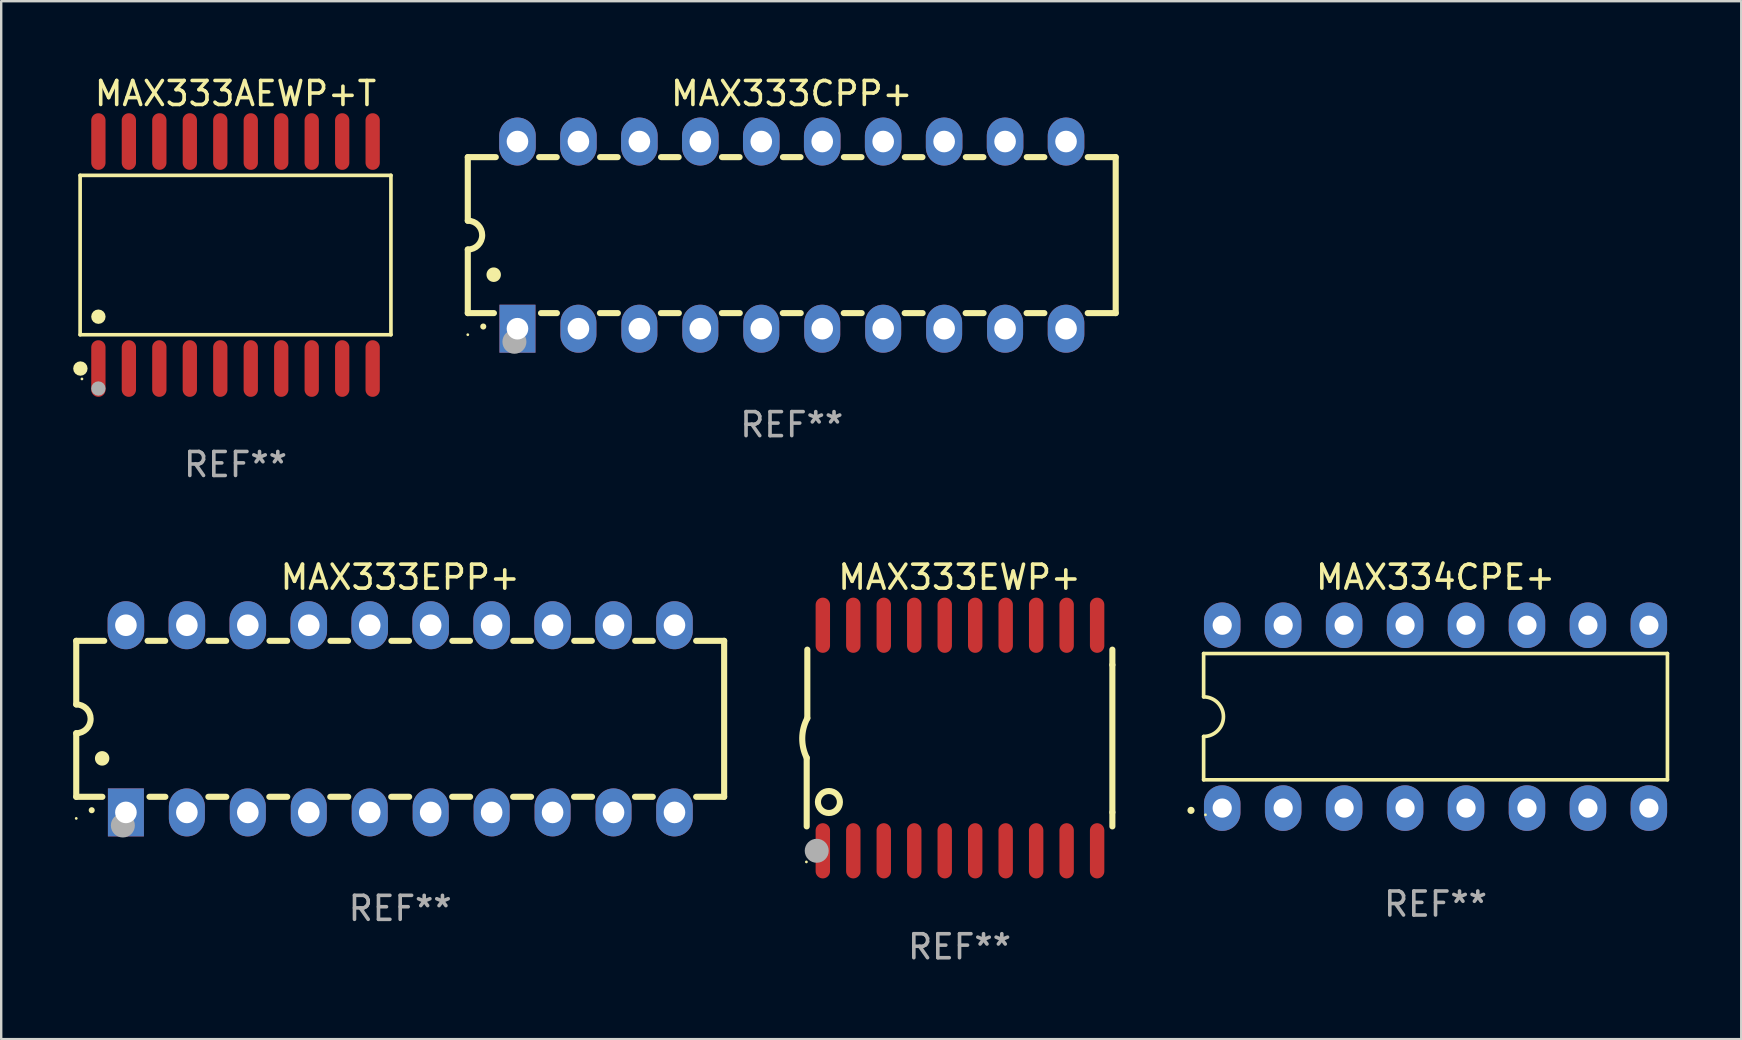
<source format=kicad_pcb>
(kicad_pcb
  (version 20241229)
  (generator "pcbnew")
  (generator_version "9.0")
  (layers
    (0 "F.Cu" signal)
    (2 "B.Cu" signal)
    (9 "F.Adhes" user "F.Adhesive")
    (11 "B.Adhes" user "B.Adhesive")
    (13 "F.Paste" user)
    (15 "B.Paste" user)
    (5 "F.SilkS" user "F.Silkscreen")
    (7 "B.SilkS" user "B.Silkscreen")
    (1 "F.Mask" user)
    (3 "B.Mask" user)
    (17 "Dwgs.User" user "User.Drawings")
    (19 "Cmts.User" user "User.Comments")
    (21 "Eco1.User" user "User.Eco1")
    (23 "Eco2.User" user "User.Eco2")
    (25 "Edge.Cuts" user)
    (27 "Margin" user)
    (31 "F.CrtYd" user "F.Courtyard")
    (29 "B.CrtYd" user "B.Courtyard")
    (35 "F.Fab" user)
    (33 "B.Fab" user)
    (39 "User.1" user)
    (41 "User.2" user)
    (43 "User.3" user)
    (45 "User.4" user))
  (footprint "MAX333EPP+"
    (layer "F.Cu")
    (at 13.627 26.905)
    (property "Reference" "MAX333EPP+" (at 0 -5.9 0) (layer "F.SilkS") (effects (font (size 1 1) (thickness 0.15))))
    (attr through_hole)
    (fp_line (start -13.5 -3.25) (end -12.333 -3.25) (stroke (width 0.254) (type solid)) (layer "F.SilkS"))
    (fp_line (start -13.5 -0.6) (end -13.5 -3.25) (stroke (width 0.254) (type solid)) (layer "F.SilkS"))
    (fp_line (start -13.5 3.25) (end -13.5 0.6) (stroke (width 0.254) (type solid)) (layer "F.SilkS"))
    (fp_line (start -13.5 3.25) (end -12.411 3.25) (stroke (width 0.254) (type solid)) (layer "F.SilkS"))
    (fp_line (start -10.527 -3.25) (end -9.793 -3.25) (stroke (width 0.254) (type solid)) (layer "F.SilkS"))
    (fp_line (start -10.449 3.25) (end -9.786 3.25) (stroke (width 0.254) (type solid)) (layer "F.SilkS"))
    (fp_line (start -7.994 3.25) (end -7.246 3.25) (stroke (width 0.254) (type solid)) (layer "F.SilkS"))
    (fp_line (start -7.987 -3.25) (end -7.253 -3.25) (stroke (width 0.254) (type solid)) (layer "F.SilkS"))
    (fp_line (start -5.454 3.25) (end -4.706 3.25) (stroke (width 0.254) (type solid)) (layer "F.SilkS"))
    (fp_line (start -5.447 -3.25) (end -4.713 -3.25) (stroke (width 0.254) (type solid)) (layer "F.SilkS"))
    (fp_line (start -2.914 3.25) (end -2.166 3.25) (stroke (width 0.254) (type solid)) (layer "F.SilkS"))
    (fp_line (start -2.907 -3.25) (end -2.173 -3.25) (stroke (width 0.254) (type solid)) (layer "F.SilkS"))
    (fp_line (start -0.374 3.25) (end 0.374 3.25) (stroke (width 0.254) (type solid)) (layer "F.SilkS"))
    (fp_line (start -0.367 -3.25) (end 0.367 -3.25) (stroke (width 0.254) (type solid)) (layer "F.SilkS"))
    (fp_line (start 2.166 3.25) (end 2.914 3.25) (stroke (width 0.254) (type solid)) (layer "F.SilkS"))
    (fp_line (start 2.173 -3.25) (end 2.907 -3.25) (stroke (width 0.254) (type solid)) (layer "F.SilkS"))
    (fp_line (start 4.706 3.25) (end 5.454 3.25) (stroke (width 0.254) (type solid)) (layer "F.SilkS"))
    (fp_line (start 4.713 -3.25) (end 5.447 -3.25) (stroke (width 0.254) (type solid)) (layer "F.SilkS"))
    (fp_line (start 7.246 3.25) (end 7.994 3.25) (stroke (width 0.254) (type solid)) (layer "F.SilkS"))
    (fp_line (start 7.253 -3.25) (end 7.987 -3.25) (stroke (width 0.254) (type solid)) (layer "F.SilkS"))
    (fp_line (start 9.786 3.25) (end 10.527 3.25) (stroke (width 0.254) (type solid)) (layer "F.SilkS"))
    (fp_line (start 9.793 -3.25) (end 10.527 -3.25) (stroke (width 0.254) (type solid)) (layer "F.SilkS"))
    (fp_line (start 12.333 -3.25) (end 13.5 -3.25) (stroke (width 0.254) (type solid)) (layer "F.SilkS"))
    (fp_line (start 12.333 3.25) (end 13.5 3.25) (stroke (width 0.254) (type solid)) (layer "F.SilkS"))
    (fp_line (start 13.5 -3.25) (end 13.5 3.25) (stroke (width 0.254) (type solid)) (layer "F.SilkS"))
    (fp_arc (start -13.500127 -0.599442) (mid -12.900406 0.000228) (end -13.500025 0.6) (stroke (width 0.254001) (type solid)) (layer "F.SilkS"))
    (fp_arc (start -12.854966 3.810008) (mid -12.854973 3.808738) (end -12.854966 3.807468) (stroke (width 0.25) (type solid)) (layer "F.SilkS"))
    (fp_arc (start -12.420625 1.651003) (mid -12.420636 1.648463) (end -12.420625 1.645923) (stroke (width 0.6) (type solid)) (layer "F.SilkS"))
    (fp_circle (center -13.5 4.15) (end -13.47 4.15) (stroke (width 0.06) (type solid)) (fill no) (layer "F.SilkS"))
    (fp_circle (center -11.557 4.445) (end -11.307 4.445) (stroke (width 0.5) (type solid)) (fill no) (layer "F.Fab"))
    (fp_text user "REF**" (at 0 7.9 0) (layer "F.Fab") (effects (font (size 1 1) (thickness 0.15))))
    (pad "1" thru_hole rect (at -11.43 3.9 90) (size 2 1.5) (drill 0.9) (layers "*.Cu" "*.Mask"))
    (pad "2" thru_hole oval (at -8.89 3.9 90) (size 2 1.5) (drill 0.9) (layers "*.Cu" "*.Mask"))
    (pad "3" thru_hole oval (at -6.35 3.9 90) (size 2 1.5) (drill 0.9) (layers "*.Cu" "*.Mask"))
    (pad "4" thru_hole oval (at -3.81 3.9 90) (size 2 1.5) (drill 0.9) (layers "*.Cu" "*.Mask"))
    (pad "5" thru_hole oval (at -1.27 3.9 90) (size 2 1.5) (drill 0.9) (layers "*.Cu" "*.Mask"))
    (pad "6" thru_hole oval (at 1.27 3.9 90) (size 2 1.5) (drill 0.9) (layers "*.Cu" "*.Mask"))
    (pad "7" thru_hole oval (at 3.81 3.9 90) (size 2 1.5) (drill 0.9) (layers "*.Cu" "*.Mask"))
    (pad "8" thru_hole oval (at 6.35 3.9 90) (size 2 1.5) (drill 0.9) (layers "*.Cu" "*.Mask"))
    (pad "9" thru_hole oval (at 8.89 3.9 90) (size 2 1.5) (drill 0.9) (layers "*.Cu" "*.Mask"))
    (pad "10" thru_hole oval (at 11.43 3.9 90) (size 2 1.524) (drill 0.9) (layers "*.Cu" "*.Mask"))
    (pad "11" thru_hole oval (at 11.43 -3.9 90) (size 2 1.524) (drill 0.9) (layers "*.Cu" "*.Mask"))
    (pad "12" thru_hole oval (at 8.89 -3.9 90) (size 2 1.524) (drill 0.9) (layers "*.Cu" "*.Mask"))
    (pad "13" thru_hole oval (at 6.35 -3.9 90) (size 2 1.524) (drill 0.9) (layers "*.Cu" "*.Mask"))
    (pad "14" thru_hole oval (at 3.81 -3.9 90) (size 2 1.524) (drill 0.9) (layers "*.Cu" "*.Mask"))
    (pad "15" thru_hole oval (at 1.27 -3.9 90) (size 2 1.524) (drill 0.9) (layers "*.Cu" "*.Mask"))
    (pad "16" thru_hole oval (at -1.27 -3.9 90) (size 2 1.524) (drill 0.9) (layers "*.Cu" "*.Mask"))
    (pad "17" thru_hole oval (at -3.81 -3.9 90) (size 2 1.524) (drill 0.9) (layers "*.Cu" "*.Mask"))
    (pad "18" thru_hole oval (at -6.35 -3.9 90) (size 2 1.524) (drill 0.9) (layers "*.Cu" "*.Mask"))
    (pad "19" thru_hole oval (at -8.89 -3.9 90) (size 2 1.524) (drill 0.9) (layers "*.Cu" "*.Mask"))
    (pad "20" thru_hole oval (at -11.43 -3.9 90) (size 2 1.524) (drill 0.9) (layers "*.Cu" "*.Mask")))
  (footprint "MAX334CPE+"
    (layer "F.Cu")
    (at 56.772 26.815)
    (property "Reference" "MAX334CPE+" (at 0 -5.81 0) (layer "F.SilkS") (effects (font (size 1 1) (thickness 0.15))))
    (attr through_hole)
    (fp_line (start -9.664 -2.631) (end -9.664 -0.826) (stroke (width 0.152) (type solid)) (layer "F.SilkS"))
    (fp_line (start -9.664 0.826) (end -9.664 2.631) (stroke (width 0.152) (type solid)) (layer "F.SilkS"))
    (fp_line (start -9.664 2.631) (end 9.664 2.631) (stroke (width 0.152) (type solid)) (layer "F.SilkS"))
    (fp_line (start 9.664 -2.631) (end -9.664 -2.631) (stroke (width 0.152) (type solid)) (layer "F.SilkS"))
    (fp_line (start 9.664 2.631) (end 9.664 -2.631) (stroke (width 0.152) (type solid)) (layer "F.SilkS"))
    (fp_arc (start -9.663701 -0.825626) (mid -8.838075 0) (end -9.663701 0.825626) (stroke (width 0.1524) (type solid)) (layer "F.SilkS"))
    (fp_circle (center -10.19 3.905) (end -10.115 3.905) (stroke (width 0.15) (type solid)) (fill no) (layer "F.SilkS"))
    (fp_circle (center -9.588 4.09) (end -9.558 4.09) (stroke (width 0.06) (type solid)) (fill no) (layer "F.SilkS"))
    (fp_text user "REF**" (at 0 7.81 0) (layer "F.Fab") (effects (font (size 1 1) (thickness 0.15))))
    (pad "1" thru_hole oval (at -8.89 3.81) (size 1.52 1.9) (drill 0.8) (layers "*.Cu" "*.Mask"))
    (pad "2" thru_hole oval (at -6.35 3.81) (size 1.52 1.9) (drill 0.8) (layers "*.Cu" "*.Mask"))
    (pad "3" thru_hole oval (at -3.81 3.81) (size 1.52 1.9) (drill 0.8) (layers "*.Cu" "*.Mask"))
    (pad "4" thru_hole oval (at -1.27 3.81) (size 1.52 1.9) (drill 0.8) (layers "*.Cu" "*.Mask"))
    (pad "5" thru_hole oval (at 1.27 3.81) (size 1.52 1.9) (drill 0.8) (layers "*.Cu" "*.Mask"))
    (pad "6" thru_hole oval (at 3.81 3.81) (size 1.52 1.9) (drill 0.8) (layers "*.Cu" "*.Mask"))
    (pad "7" thru_hole oval (at 6.35 3.81) (size 1.52 1.9) (drill 0.8) (layers "*.Cu" "*.Mask"))
    (pad "8" thru_hole oval (at 8.89 3.81) (size 1.52 1.9) (drill 0.8) (layers "*.Cu" "*.Mask"))
    (pad "9" thru_hole oval (at 8.89 -3.81) (size 1.52 1.9) (drill 0.8) (layers "*.Cu" "*.Mask"))
    (pad "10" thru_hole oval (at 6.35 -3.81) (size 1.52 1.9) (drill 0.8) (layers "*.Cu" "*.Mask"))
    (pad "11" thru_hole oval (at 3.81 -3.81) (size 1.52 1.9) (drill 0.8) (layers "*.Cu" "*.Mask"))
    (pad "12" thru_hole oval (at 1.27 -3.81) (size 1.52 1.9) (drill 0.8) (layers "*.Cu" "*.Mask"))
    (pad "13" thru_hole oval (at -1.27 -3.81) (size 1.52 1.9) (drill 0.8) (layers "*.Cu" "*.Mask"))
    (pad "14" thru_hole oval (at -3.81 -3.81) (size 1.52 1.9) (drill 0.8) (layers "*.Cu" "*.Mask"))
    (pad "15" thru_hole oval (at -6.35 -3.81) (size 1.52 1.9) (drill 0.8) (layers "*.Cu" "*.Mask"))
    (pad "16" thru_hole oval (at -8.89 -3.81) (size 1.52 1.9) (drill 0.8) (layers "*.Cu" "*.Mask")))
  (footprint "MAX333AEWP+T"
    (layer "F.Cu")
    (at 6.765 7.578)
    (property "Reference" "MAX333AEWP+T" (at 0 -6.73 0) (layer "F.SilkS") (effects (font (size 1 1) (thickness 0.15))))
    (attr through_hole)
    (fp_line (start -6.476 -3.321) (end 6.476 -3.321) (stroke (width 0.152) (type solid)) (layer "F.SilkS"))
    (fp_line (start -6.476 3.321) (end -6.476 -3.321) (stroke (width 0.152) (type solid)) (layer "F.SilkS"))
    (fp_line (start 6.476 -3.321) (end 6.476 3.321) (stroke (width 0.152) (type solid)) (layer "F.SilkS"))
    (fp_line (start 6.476 3.321) (end -6.476 3.321) (stroke (width 0.152) (type solid)) (layer "F.SilkS"))
    (fp_circle (center -6.465 4.73) (end -6.315 4.73) (stroke (width 0.3) (type solid)) (fill no) (layer "F.SilkS"))
    (fp_circle (center -6.4 5.163) (end -6.37 5.163) (stroke (width 0.06) (type solid)) (fill no) (layer "F.SilkS"))
    (fp_circle (center -5.715 2.569) (end -5.565 2.569) (stroke (width 0.3) (type solid)) (fill no) (layer "F.SilkS"))
    (fp_circle (center -5.715 5.563) (end -5.565 5.563) (stroke (width 0.3) (type solid)) (fill no) (layer "F.Fab"))
    (fp_text user "REF**" (at 0 8.73 0) (layer "F.Fab") (effects (font (size 1 1) (thickness 0.15))))
    (pad "1" smd oval (at -5.715 4.73) (size 0.595 2.36) (layers "F.Cu" "F.Mask" "F.Paste"))
    (pad "2" smd oval (at -4.445 4.73) (size 0.595 2.36) (layers "F.Cu" "F.Mask" "F.Paste"))
    (pad "3" smd oval (at -3.175 4.73) (size 0.595 2.36) (layers "F.Cu" "F.Mask" "F.Paste"))
    (pad "4" smd oval (at -1.905 4.73) (size 0.595 2.36) (layers "F.Cu" "F.Mask" "F.Paste"))
    (pad "5" smd oval (at -0.635 4.73) (size 0.595 2.36) (layers "F.Cu" "F.Mask" "F.Paste"))
    (pad "6" smd oval (at 0.635 4.73) (size 0.595 2.36) (layers "F.Cu" "F.Mask" "F.Paste"))
    (pad "7" smd oval (at 1.905 4.73) (size 0.595 2.36) (layers "F.Cu" "F.Mask" "F.Paste"))
    (pad "8" smd oval (at 3.175 4.73) (size 0.595 2.36) (layers "F.Cu" "F.Mask" "F.Paste"))
    (pad "9" smd oval (at 4.445 4.73) (size 0.595 2.36) (layers "F.Cu" "F.Mask" "F.Paste"))
    (pad "10" smd oval (at 5.715 4.73) (size 0.595 2.36) (layers "F.Cu" "F.Mask" "F.Paste"))
    (pad "11" smd oval (at 5.715 -4.73) (size 0.595 2.36) (layers "F.Cu" "F.Mask" "F.Paste"))
    (pad "12" smd oval (at 4.445 -4.73) (size 0.595 2.36) (layers "F.Cu" "F.Mask" "F.Paste"))
    (pad "13" smd oval (at 3.175 -4.73) (size 0.595 2.36) (layers "F.Cu" "F.Mask" "F.Paste"))
    (pad "14" smd oval (at 1.905 -4.73) (size 0.595 2.36) (layers "F.Cu" "F.Mask" "F.Paste"))
    (pad "15" smd oval (at 0.635 -4.73) (size 0.595 2.36) (layers "F.Cu" "F.Mask" "F.Paste"))
    (pad "16" smd oval (at -0.635 -4.73) (size 0.595 2.36) (layers "F.Cu" "F.Mask" "F.Paste"))
    (pad "17" smd oval (at -1.905 -4.73) (size 0.595 2.36) (layers "F.Cu" "F.Mask" "F.Paste"))
    (pad "18" smd oval (at -3.175 -4.73) (size 0.595 2.36) (layers "F.Cu" "F.Mask" "F.Paste"))
    (pad "19" smd oval (at -4.445 -4.73) (size 0.595 2.36) (layers "F.Cu" "F.Mask" "F.Paste"))
    (pad "20" smd oval (at -5.715 -4.73) (size 0.595 2.36) (layers "F.Cu" "F.Mask" "F.Paste")))
  (footprint "MAX333CPP+"
    (layer "F.Cu")
    (at 29.944 6.748)
    (property "Reference" "MAX333CPP+" (at 0 -5.9 0) (layer "F.SilkS") (effects (font (size 1 1) (thickness 0.15))))
    (attr through_hole)
    (fp_line (start -13.5 -3.25) (end -12.333 -3.25) (stroke (width 0.254) (type solid)) (layer "F.SilkS"))
    (fp_line (start -13.5 -0.6) (end -13.5 -3.25) (stroke (width 0.254) (type solid)) (layer "F.SilkS"))
    (fp_line (start -13.5 3.25) (end -13.5 0.6) (stroke (width 0.254) (type solid)) (layer "F.SilkS"))
    (fp_line (start -13.5 3.25) (end -12.411 3.25) (stroke (width 0.254) (type solid)) (layer "F.SilkS"))
    (fp_line (start -10.527 -3.25) (end -9.793 -3.25) (stroke (width 0.254) (type solid)) (layer "F.SilkS"))
    (fp_line (start -10.449 3.25) (end -9.786 3.25) (stroke (width 0.254) (type solid)) (layer "F.SilkS"))
    (fp_line (start -7.994 3.25) (end -7.246 3.25) (stroke (width 0.254) (type solid)) (layer "F.SilkS"))
    (fp_line (start -7.987 -3.25) (end -7.253 -3.25) (stroke (width 0.254) (type solid)) (layer "F.SilkS"))
    (fp_line (start -5.454 3.25) (end -4.706 3.25) (stroke (width 0.254) (type solid)) (layer "F.SilkS"))
    (fp_line (start -5.447 -3.25) (end -4.713 -3.25) (stroke (width 0.254) (type solid)) (layer "F.SilkS"))
    (fp_line (start -2.914 3.25) (end -2.166 3.25) (stroke (width 0.254) (type solid)) (layer "F.SilkS"))
    (fp_line (start -2.907 -3.25) (end -2.173 -3.25) (stroke (width 0.254) (type solid)) (layer "F.SilkS"))
    (fp_line (start -0.374 3.25) (end 0.374 3.25) (stroke (width 0.254) (type solid)) (layer "F.SilkS"))
    (fp_line (start -0.367 -3.25) (end 0.367 -3.25) (stroke (width 0.254) (type solid)) (layer "F.SilkS"))
    (fp_line (start 2.166 3.25) (end 2.914 3.25) (stroke (width 0.254) (type solid)) (layer "F.SilkS"))
    (fp_line (start 2.173 -3.25) (end 2.907 -3.25) (stroke (width 0.254) (type solid)) (layer "F.SilkS"))
    (fp_line (start 4.706 3.25) (end 5.454 3.25) (stroke (width 0.254) (type solid)) (layer "F.SilkS"))
    (fp_line (start 4.713 -3.25) (end 5.447 -3.25) (stroke (width 0.254) (type solid)) (layer "F.SilkS"))
    (fp_line (start 7.246 3.25) (end 7.994 3.25) (stroke (width 0.254) (type solid)) (layer "F.SilkS"))
    (fp_line (start 7.253 -3.25) (end 7.987 -3.25) (stroke (width 0.254) (type solid)) (layer "F.SilkS"))
    (fp_line (start 9.786 3.25) (end 10.527 3.25) (stroke (width 0.254) (type solid)) (layer "F.SilkS"))
    (fp_line (start 9.793 -3.25) (end 10.527 -3.25) (stroke (width 0.254) (type solid)) (layer "F.SilkS"))
    (fp_line (start 12.333 -3.25) (end 13.5 -3.25) (stroke (width 0.254) (type solid)) (layer "F.SilkS"))
    (fp_line (start 12.333 3.25) (end 13.5 3.25) (stroke (width 0.254) (type solid)) (layer "F.SilkS"))
    (fp_line (start 13.5 -3.25) (end 13.5 3.25) (stroke (width 0.254) (type solid)) (layer "F.SilkS"))
    (fp_arc (start -13.500127 -0.599442) (mid -12.900406 0.000228) (end -13.500025 0.6) (stroke (width 0.254001) (type solid)) (layer "F.SilkS"))
    (fp_arc (start -12.854966 3.810008) (mid -12.854973 3.808738) (end -12.854966 3.807468) (stroke (width 0.25) (type solid)) (layer "F.SilkS"))
    (fp_arc (start -12.420625 1.651003) (mid -12.420636 1.648463) (end -12.420625 1.645923) (stroke (width 0.6) (type solid)) (layer "F.SilkS"))
    (fp_circle (center -13.5 4.15) (end -13.47 4.15) (stroke (width 0.06) (type solid)) (fill no) (layer "F.SilkS"))
    (fp_circle (center -11.557 4.445) (end -11.307 4.445) (stroke (width 0.5) (type solid)) (fill no) (layer "F.Fab"))
    (fp_text user "REF**" (at 0 7.9 0) (layer "F.Fab") (effects (font (size 1 1) (thickness 0.15))))
    (pad "1" thru_hole rect (at -11.43 3.9 90) (size 2 1.5) (drill 0.9) (layers "*.Cu" "*.Mask"))
    (pad "2" thru_hole oval (at -8.89 3.9 90) (size 2 1.5) (drill 0.9) (layers "*.Cu" "*.Mask"))
    (pad "3" thru_hole oval (at -6.35 3.9 90) (size 2 1.5) (drill 0.9) (layers "*.Cu" "*.Mask"))
    (pad "4" thru_hole oval (at -3.81 3.9 90) (size 2 1.5) (drill 0.9) (layers "*.Cu" "*.Mask"))
    (pad "5" thru_hole oval (at -1.27 3.9 90) (size 2 1.5) (drill 0.9) (layers "*.Cu" "*.Mask"))
    (pad "6" thru_hole oval (at 1.27 3.9 90) (size 2 1.5) (drill 0.9) (layers "*.Cu" "*.Mask"))
    (pad "7" thru_hole oval (at 3.81 3.9 90) (size 2 1.5) (drill 0.9) (layers "*.Cu" "*.Mask"))
    (pad "8" thru_hole oval (at 6.35 3.9 90) (size 2 1.5) (drill 0.9) (layers "*.Cu" "*.Mask"))
    (pad "9" thru_hole oval (at 8.89 3.9 90) (size 2 1.5) (drill 0.9) (layers "*.Cu" "*.Mask"))
    (pad "10" thru_hole oval (at 11.43 3.9 90) (size 2 1.524) (drill 0.9) (layers "*.Cu" "*.Mask"))
    (pad "11" thru_hole oval (at 11.43 -3.9 90) (size 2 1.524) (drill 0.9) (layers "*.Cu" "*.Mask"))
    (pad "12" thru_hole oval (at 8.89 -3.9 90) (size 2 1.524) (drill 0.9) (layers "*.Cu" "*.Mask"))
    (pad "13" thru_hole oval (at 6.35 -3.9 90) (size 2 1.524) (drill 0.9) (layers "*.Cu" "*.Mask"))
    (pad "14" thru_hole oval (at 3.81 -3.9 90) (size 2 1.524) (drill 0.9) (layers "*.Cu" "*.Mask"))
    (pad "15" thru_hole oval (at 1.27 -3.9 90) (size 2 1.524) (drill 0.9) (layers "*.Cu" "*.Mask"))
    (pad "16" thru_hole oval (at -1.27 -3.9 90) (size 2 1.524) (drill 0.9) (layers "*.Cu" "*.Mask"))
    (pad "17" thru_hole oval (at -3.81 -3.9 90) (size 2 1.524) (drill 0.9) (layers "*.Cu" "*.Mask"))
    (pad "18" thru_hole oval (at -6.35 -3.9 90) (size 2 1.524) (drill 0.9) (layers "*.Cu" "*.Mask"))
    (pad "19" thru_hole oval (at -8.89 -3.9 90) (size 2 1.524) (drill 0.9) (layers "*.Cu" "*.Mask"))
    (pad "20" thru_hole oval (at -11.43 -3.9 90) (size 2 1.524) (drill 0.9) (layers "*.Cu" "*.Mask")))
  (footprint "MAX333EWP+"
    (layer "F.Cu")
    (at 36.936 27.705)
    (property "Reference" "MAX333EWP+" (at 0 -6.7 0) (layer "F.SilkS") (effects (font (size 1 1) (thickness 0.15))))
    (attr through_hole)
    (fp_line (start -6.369 0.826) (end -6.369 3.683) (stroke (width 0.254) (type solid)) (layer "F.SilkS"))
    (fp_line (start -6.343 -0.825) (end -6.343 -3.683) (stroke (width 0.254) (type solid)) (layer "F.SilkS"))
    (fp_line (start 6.369 -3.048) (end 6.369 -3.683) (stroke (width 0.254) (type solid)) (layer "F.SilkS"))
    (fp_line (start 6.369 -3.048) (end 6.369 3.096) (stroke (width 0.254) (type solid)) (layer "F.SilkS"))
    (fp_line (start 6.369 3.096) (end 6.369 3.683) (stroke (width 0.254) (type solid)) (layer "F.SilkS"))
    (fp_arc (start -6.36853 0.825552) (mid -6.554743 -0.00301) (end -6.343129 -0.825451) (stroke (width 0.254001) (type solid)) (layer "F.SilkS"))
    (fp_circle (center -6.382 5.163) (end -6.352 5.163) (stroke (width 0.06) (type solid)) (fill no) (layer "F.SilkS"))
    (fp_circle (center -5.443 2.667) (end -4.985 2.667) (stroke (width 0.254) (type solid)) (fill no) (layer "F.SilkS"))
    (fp_circle (center -5.951 4.699) (end -5.701 4.699) (stroke (width 0.5) (type solid)) (fill no) (layer "F.Fab"))
    (fp_text user "REF**" (at 0 8.7 0) (layer "F.Fab") (effects (font (size 1 1) (thickness 0.15))))
    (pad "1" smd oval (at -5.697 4.7 180) (size 0.6 2.3) (layers "F.Cu" "F.Mask" "F.Paste"))
    (pad "2" smd oval (at -4.427 4.7 180) (size 0.6 2.3) (layers "F.Cu" "F.Mask" "F.Paste"))
    (pad "3" smd oval (at -3.157 4.7 180) (size 0.6 2.3) (layers "F.Cu" "F.Mask" "F.Paste"))
    (pad "4" smd oval (at -1.887 4.7 180) (size 0.6 2.3) (layers "F.Cu" "F.Mask" "F.Paste"))
    (pad "5" smd oval (at -0.617 4.7 180) (size 0.6 2.3) (layers "F.Cu" "F.Mask" "F.Paste"))
    (pad "6" smd oval (at 0.653 4.7 180) (size 0.6 2.3) (layers "F.Cu" "F.Mask" "F.Paste"))
    (pad "7" smd oval (at 1.923 4.7 180) (size 0.6 2.3) (layers "F.Cu" "F.Mask" "F.Paste"))
    (pad "8" smd oval (at 3.193 4.7 180) (size 0.6 2.3) (layers "F.Cu" "F.Mask" "F.Paste"))
    (pad "9" smd oval (at 4.463 4.7 180) (size 0.6 2.3) (layers "F.Cu" "F.Mask" "F.Paste"))
    (pad "10" smd oval (at 5.734 4.7 180) (size 0.6 2.3) (layers "F.Cu" "F.Mask" "F.Paste"))
    (pad "11" smd oval (at 5.734 -4.7 180) (size 0.6 2.3) (layers "F.Cu" "F.Mask" "F.Paste"))
    (pad "12" smd oval (at 4.463 -4.7 180) (size 0.6 2.3) (layers "F.Cu" "F.Mask" "F.Paste"))
    (pad "13" smd oval (at 3.193 -4.7 180) (size 0.6 2.3) (layers "F.Cu" "F.Mask" "F.Paste"))
    (pad "14" smd oval (at 1.923 -4.7 180) (size 0.6 2.3) (layers "F.Cu" "F.Mask" "F.Paste"))
    (pad "15" smd oval (at 0.653 -4.7 180) (size 0.6 2.3) (layers "F.Cu" "F.Mask" "F.Paste"))
    (pad "16" smd oval (at -0.617 -4.7 180) (size 0.6 2.3) (layers "F.Cu" "F.Mask" "F.Paste"))
    (pad "17" smd oval (at -1.887 -4.7 180) (size 0.6 2.3) (layers "F.Cu" "F.Mask" "F.Paste"))
    (pad "18" smd oval (at -3.157 -4.7 180) (size 0.6 2.3) (layers "F.Cu" "F.Mask" "F.Paste"))
    (pad "19" smd oval (at -4.427 -4.7 180) (size 0.6 2.3) (layers "F.Cu" "F.Mask" "F.Paste"))
    (pad "20" smd oval (at -5.697 -4.7 180) (size 0.6 2.3) (layers "F.Cu" "F.Mask" "F.Paste")))
  (gr_rect
    (start -3 -3)
    (end 69.511 40.253)
    (stroke (width 0.1) (type default))
    (fill no)
    (layer "Edge.Cuts")))
</source>
